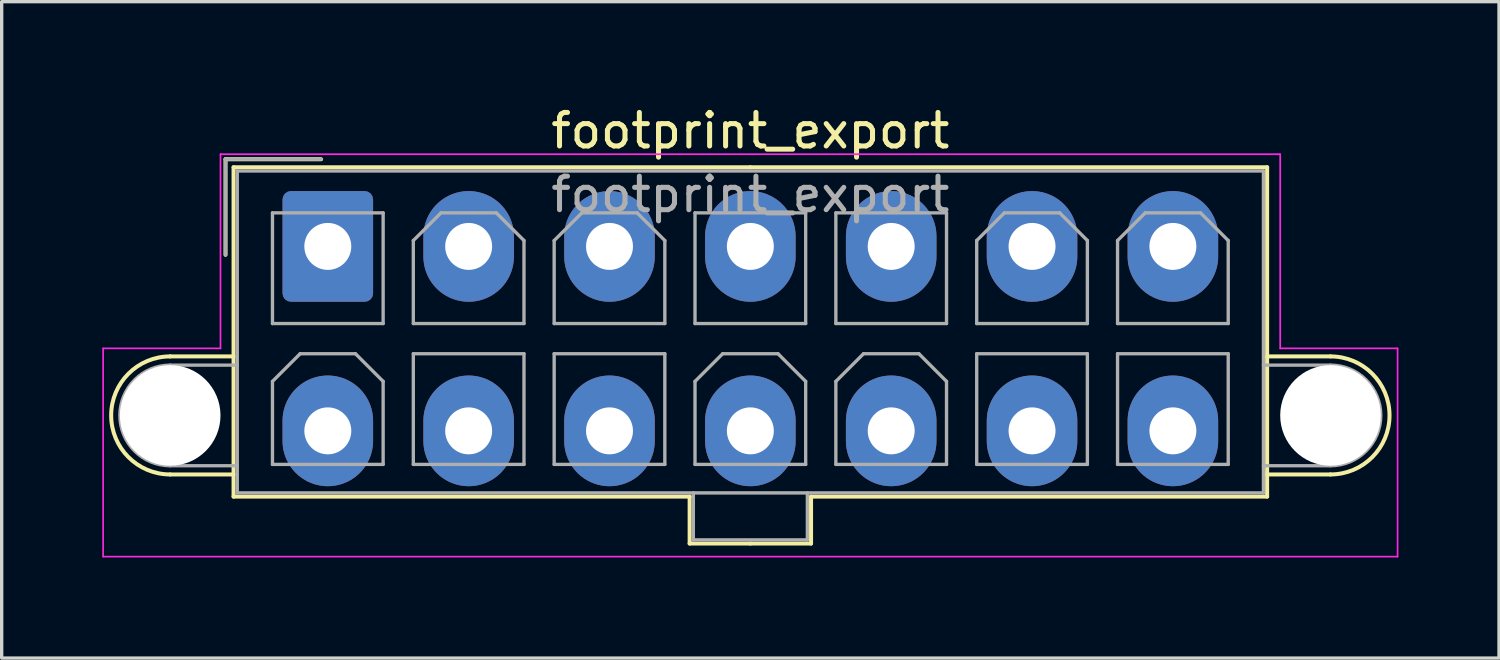
<source format=kicad_pcb>
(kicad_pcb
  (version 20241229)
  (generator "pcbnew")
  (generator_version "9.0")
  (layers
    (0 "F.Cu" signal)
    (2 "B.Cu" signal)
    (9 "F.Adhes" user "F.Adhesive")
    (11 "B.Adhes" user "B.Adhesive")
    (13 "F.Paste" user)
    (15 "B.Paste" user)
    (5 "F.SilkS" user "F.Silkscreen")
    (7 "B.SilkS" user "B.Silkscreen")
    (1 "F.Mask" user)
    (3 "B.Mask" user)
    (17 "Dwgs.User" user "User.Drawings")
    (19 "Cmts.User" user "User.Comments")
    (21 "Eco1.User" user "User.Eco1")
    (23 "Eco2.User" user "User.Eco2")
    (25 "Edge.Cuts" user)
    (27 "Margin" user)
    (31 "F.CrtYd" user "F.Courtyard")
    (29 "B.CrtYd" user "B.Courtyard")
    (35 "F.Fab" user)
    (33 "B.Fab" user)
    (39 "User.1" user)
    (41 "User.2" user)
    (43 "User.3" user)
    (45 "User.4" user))
  (footprint "footprint_export"
    (layer "F.Cu")
    (at 6.725 4.298)
    (property "Reference" "footprint_export" (at 12.6 -3.45 0) (layer "F.SilkS") (effects (font (size 1 1) (thickness 0.15))))
    (attr through_hole)
    (fp_line (start -4.7 3.28) (end -2.81 3.28) (stroke (width 0.12) (type solid)) (layer "F.SilkS"))
    (fp_line (start -4.7 6.8) (end -2.81 6.8) (stroke (width 0.12) (type solid)) (layer "F.SilkS"))
    (fp_line (start -3.05 -2.6) (end -3.05 0.25) (stroke (width 0.12) (type solid)) (layer "F.SilkS"))
    (fp_line (start -2.81 -2.36) (end -2.81 7.46) (stroke (width 0.12) (type solid)) (layer "F.SilkS"))
    (fp_line (start -2.81 7.46) (end 10.79 7.46) (stroke (width 0.12) (type solid)) (layer "F.SilkS"))
    (fp_line (start -0.2 -2.6) (end -3.05 -2.6) (stroke (width 0.12) (type solid)) (layer "F.SilkS"))
    (fp_line (start 10.79 7.46) (end 10.79 8.86) (stroke (width 0.12) (type solid)) (layer "F.SilkS"))
    (fp_line (start 10.79 8.86) (end 12.6 8.86) (stroke (width 0.12) (type solid)) (layer "F.SilkS"))
    (fp_line (start 12.6 -2.36) (end -2.81 -2.36) (stroke (width 0.12) (type solid)) (layer "F.SilkS"))
    (fp_line (start 12.6 -2.36) (end 28.01 -2.36) (stroke (width 0.12) (type solid)) (layer "F.SilkS"))
    (fp_line (start 14.41 7.46) (end 14.41 8.86) (stroke (width 0.12) (type solid)) (layer "F.SilkS"))
    (fp_line (start 14.41 8.86) (end 12.6 8.86) (stroke (width 0.12) (type solid)) (layer "F.SilkS"))
    (fp_line (start 28.01 -2.36) (end 28.01 7.46) (stroke (width 0.12) (type solid)) (layer "F.SilkS"))
    (fp_line (start 28.01 7.46) (end 14.41 7.46) (stroke (width 0.12) (type solid)) (layer "F.SilkS"))
    (fp_line (start 29.9 3.28) (end 28.01 3.28) (stroke (width 0.12) (type solid)) (layer "F.SilkS"))
    (fp_line (start 29.9 6.8) (end 28.01 6.8) (stroke (width 0.12) (type solid)) (layer "F.SilkS"))
    (fp_arc (start -4.7 6.8) (mid -6.46 5.04) (end -4.7 3.28) (stroke (width 0.12) (type solid)) (layer "F.SilkS"))
    (fp_arc (start 29.9 3.28) (mid 31.66 5.04) (end 29.9 6.8) (stroke (width 0.12) (type solid)) (layer "F.SilkS"))
    (fp_line (start -6.7 3.04) (end -6.7 9.25) (stroke (width 0.05) (type solid)) (layer "F.CrtYd"))
    (fp_line (start -6.7 9.25) (end 31.9 9.25) (stroke (width 0.05) (type solid)) (layer "F.CrtYd"))
    (fp_line (start -3.2 -2.75) (end -3.2 3.04) (stroke (width 0.05) (type solid)) (layer "F.CrtYd"))
    (fp_line (start -3.2 3.04) (end -6.7 3.04) (stroke (width 0.05) (type solid)) (layer "F.CrtYd"))
    (fp_line (start 28.4 -2.75) (end -3.2 -2.75) (stroke (width 0.05) (type solid)) (layer "F.CrtYd"))
    (fp_line (start 28.4 3.04) (end 28.4 -2.75) (stroke (width 0.05) (type solid)) (layer "F.CrtYd"))
    (fp_line (start 31.9 3.04) (end 28.4 3.04) (stroke (width 0.05) (type solid)) (layer "F.CrtYd"))
    (fp_line (start 31.9 9.25) (end 31.9 3.04) (stroke (width 0.05) (type solid)) (layer "F.CrtYd"))
    (fp_line (start -4.7 3.54) (end -2.7 3.54) (stroke (width 0.1) (type solid)) (layer "F.Fab"))
    (fp_line (start -4.7 6.54) (end -2.7 6.54) (stroke (width 0.1) (type solid)) (layer "F.Fab"))
    (fp_line (start -3.05 -2.6) (end -3.05 0.25) (stroke (width 0.1) (type solid)) (layer "F.Fab"))
    (fp_line (start -2.7 -2.25) (end -2.7 7.35) (stroke (width 0.1) (type solid)) (layer "F.Fab"))
    (fp_line (start -2.7 7.35) (end 27.9 7.35) (stroke (width 0.1) (type solid)) (layer "F.Fab"))
    (fp_line (start -1.65 -1) (end -1.65 2.3) (stroke (width 0.1) (type solid)) (layer "F.Fab"))
    (fp_line (start -1.65 2.3) (end 1.65 2.3) (stroke (width 0.1) (type solid)) (layer "F.Fab"))
    (fp_line (start -1.65 4.025) (end -0.825 3.2) (stroke (width 0.1) (type solid)) (layer "F.Fab"))
    (fp_line (start -1.65 6.5) (end -1.65 4.025) (stroke (width 0.1) (type solid)) (layer "F.Fab"))
    (fp_line (start -0.825 3.2) (end 0.825 3.2) (stroke (width 0.1) (type solid)) (layer "F.Fab"))
    (fp_line (start -0.2 -2.6) (end -3.05 -2.6) (stroke (width 0.1) (type solid)) (layer "F.Fab"))
    (fp_line (start 0.825 3.2) (end 1.65 4.025) (stroke (width 0.1) (type solid)) (layer "F.Fab"))
    (fp_line (start 1.65 -1) (end -1.65 -1) (stroke (width 0.1) (type solid)) (layer "F.Fab"))
    (fp_line (start 1.65 2.3) (end 1.65 -1) (stroke (width 0.1) (type solid)) (layer "F.Fab"))
    (fp_line (start 1.65 4.025) (end 1.65 6.5) (stroke (width 0.1) (type solid)) (layer "F.Fab"))
    (fp_line (start 1.65 6.5) (end -1.65 6.5) (stroke (width 0.1) (type solid)) (layer "F.Fab"))
    (fp_line (start 2.55 -0.175) (end 3.375 -1) (stroke (width 0.1) (type solid)) (layer "F.Fab"))
    (fp_line (start 2.55 2.3) (end 2.55 -0.175) (stroke (width 0.1) (type solid)) (layer "F.Fab"))
    (fp_line (start 2.55 3.2) (end 2.55 6.5) (stroke (width 0.1) (type solid)) (layer "F.Fab"))
    (fp_line (start 2.55 6.5) (end 5.85 6.5) (stroke (width 0.1) (type solid)) (layer "F.Fab"))
    (fp_line (start 3.375 -1) (end 5.025 -1) (stroke (width 0.1) (type solid)) (layer "F.Fab"))
    (fp_line (start 5.025 -1) (end 5.85 -0.175) (stroke (width 0.1) (type solid)) (layer "F.Fab"))
    (fp_line (start 5.85 -0.175) (end 5.85 2.3) (stroke (width 0.1) (type solid)) (layer "F.Fab"))
    (fp_line (start 5.85 2.3) (end 2.55 2.3) (stroke (width 0.1) (type solid)) (layer "F.Fab"))
    (fp_line (start 5.85 3.2) (end 2.55 3.2) (stroke (width 0.1) (type solid)) (layer "F.Fab"))
    (fp_line (start 5.85 6.5) (end 5.85 3.2) (stroke (width 0.1) (type solid)) (layer "F.Fab"))
    (fp_line (start 6.75 -0.175) (end 7.575 -1) (stroke (width 0.1) (type solid)) (layer "F.Fab"))
    (fp_line (start 6.75 2.3) (end 6.75 -0.175) (stroke (width 0.1) (type solid)) (layer "F.Fab"))
    (fp_line (start 6.75 3.2) (end 6.75 6.5) (stroke (width 0.1) (type solid)) (layer "F.Fab"))
    (fp_line (start 6.75 6.5) (end 10.05 6.5) (stroke (width 0.1) (type solid)) (layer "F.Fab"))
    (fp_line (start 7.575 -1) (end 9.225 -1) (stroke (width 0.1) (type solid)) (layer "F.Fab"))
    (fp_line (start 9.225 -1) (end 10.05 -0.175) (stroke (width 0.1) (type solid)) (layer "F.Fab"))
    (fp_line (start 10.05 -0.175) (end 10.05 2.3) (stroke (width 0.1) (type solid)) (layer "F.Fab"))
    (fp_line (start 10.05 2.3) (end 6.75 2.3) (stroke (width 0.1) (type solid)) (layer "F.Fab"))
    (fp_line (start 10.05 3.2) (end 6.75 3.2) (stroke (width 0.1) (type solid)) (layer "F.Fab"))
    (fp_line (start 10.05 6.5) (end 10.05 3.2) (stroke (width 0.1) (type solid)) (layer "F.Fab"))
    (fp_line (start 10.9 7.35) (end 10.9 8.75) (stroke (width 0.1) (type solid)) (layer "F.Fab"))
    (fp_line (start 10.9 8.75) (end 14.3 8.75) (stroke (width 0.1) (type solid)) (layer "F.Fab"))
    (fp_line (start 10.95 -1) (end 10.95 2.3) (stroke (width 0.1) (type solid)) (layer "F.Fab"))
    (fp_line (start 10.95 2.3) (end 14.25 2.3) (stroke (width 0.1) (type solid)) (layer "F.Fab"))
    (fp_line (start 10.95 4.025) (end 11.775 3.2) (stroke (width 0.1) (type solid)) (layer "F.Fab"))
    (fp_line (start 10.95 6.5) (end 10.95 4.025) (stroke (width 0.1) (type solid)) (layer "F.Fab"))
    (fp_line (start 11.775 3.2) (end 13.425 3.2) (stroke (width 0.1) (type solid)) (layer "F.Fab"))
    (fp_line (start 13.425 3.2) (end 14.25 4.025) (stroke (width 0.1) (type solid)) (layer "F.Fab"))
    (fp_line (start 14.25 -1) (end 10.95 -1) (stroke (width 0.1) (type solid)) (layer "F.Fab"))
    (fp_line (start 14.25 2.3) (end 14.25 -1) (stroke (width 0.1) (type solid)) (layer "F.Fab"))
    (fp_line (start 14.25 4.025) (end 14.25 6.5) (stroke (width 0.1) (type solid)) (layer "F.Fab"))
    (fp_line (start 14.25 6.5) (end 10.95 6.5) (stroke (width 0.1) (type solid)) (layer "F.Fab"))
    (fp_line (start 14.3 8.75) (end 14.3 7.35) (stroke (width 0.1) (type solid)) (layer "F.Fab"))
    (fp_line (start 15.15 -1) (end 15.15 2.3) (stroke (width 0.1) (type solid)) (layer "F.Fab"))
    (fp_line (start 15.15 2.3) (end 18.45 2.3) (stroke (width 0.1) (type solid)) (layer "F.Fab"))
    (fp_line (start 15.15 4.025) (end 15.975 3.2) (stroke (width 0.1) (type solid)) (layer "F.Fab"))
    (fp_line (start 15.15 6.5) (end 15.15 4.025) (stroke (width 0.1) (type solid)) (layer "F.Fab"))
    (fp_line (start 15.975 3.2) (end 17.625 3.2) (stroke (width 0.1) (type solid)) (layer "F.Fab"))
    (fp_line (start 17.625 3.2) (end 18.45 4.025) (stroke (width 0.1) (type solid)) (layer "F.Fab"))
    (fp_line (start 18.45 -1) (end 15.15 -1) (stroke (width 0.1) (type solid)) (layer "F.Fab"))
    (fp_line (start 18.45 2.3) (end 18.45 -1) (stroke (width 0.1) (type solid)) (layer "F.Fab"))
    (fp_line (start 18.45 4.025) (end 18.45 6.5) (stroke (width 0.1) (type solid)) (layer "F.Fab"))
    (fp_line (start 18.45 6.5) (end 15.15 6.5) (stroke (width 0.1) (type solid)) (layer "F.Fab"))
    (fp_line (start 19.35 -0.175) (end 20.175 -1) (stroke (width 0.1) (type solid)) (layer "F.Fab"))
    (fp_line (start 19.35 2.3) (end 19.35 -0.175) (stroke (width 0.1) (type solid)) (layer "F.Fab"))
    (fp_line (start 19.35 3.2) (end 19.35 6.5) (stroke (width 0.1) (type solid)) (layer "F.Fab"))
    (fp_line (start 19.35 6.5) (end 22.65 6.5) (stroke (width 0.1) (type solid)) (layer "F.Fab"))
    (fp_line (start 20.175 -1) (end 21.825 -1) (stroke (width 0.1) (type solid)) (layer "F.Fab"))
    (fp_line (start 21.825 -1) (end 22.65 -0.175) (stroke (width 0.1) (type solid)) (layer "F.Fab"))
    (fp_line (start 22.65 -0.175) (end 22.65 2.3) (stroke (width 0.1) (type solid)) (layer "F.Fab"))
    (fp_line (start 22.65 2.3) (end 19.35 2.3) (stroke (width 0.1) (type solid)) (layer "F.Fab"))
    (fp_line (start 22.65 3.2) (end 19.35 3.2) (stroke (width 0.1) (type solid)) (layer "F.Fab"))
    (fp_line (start 22.65 6.5) (end 22.65 3.2) (stroke (width 0.1) (type solid)) (layer "F.Fab"))
    (fp_line (start 23.55 -0.175) (end 24.375 -1) (stroke (width 0.1) (type solid)) (layer "F.Fab"))
    (fp_line (start 23.55 2.3) (end 23.55 -0.175) (stroke (width 0.1) (type solid)) (layer "F.Fab"))
    (fp_line (start 23.55 3.2) (end 23.55 6.5) (stroke (width 0.1) (type solid)) (layer "F.Fab"))
    (fp_line (start 23.55 6.5) (end 26.85 6.5) (stroke (width 0.1) (type solid)) (layer "F.Fab"))
    (fp_line (start 24.375 -1) (end 26.025 -1) (stroke (width 0.1) (type solid)) (layer "F.Fab"))
    (fp_line (start 26.025 -1) (end 26.85 -0.175) (stroke (width 0.1) (type solid)) (layer "F.Fab"))
    (fp_line (start 26.85 -0.175) (end 26.85 2.3) (stroke (width 0.1) (type solid)) (layer "F.Fab"))
    (fp_line (start 26.85 2.3) (end 23.55 2.3) (stroke (width 0.1) (type solid)) (layer "F.Fab"))
    (fp_line (start 26.85 3.2) (end 23.55 3.2) (stroke (width 0.1) (type solid)) (layer "F.Fab"))
    (fp_line (start 26.85 6.5) (end 26.85 3.2) (stroke (width 0.1) (type solid)) (layer "F.Fab"))
    (fp_line (start 27.9 -2.25) (end -2.7 -2.25) (stroke (width 0.1) (type solid)) (layer "F.Fab"))
    (fp_line (start 27.9 7.35) (end 27.9 -2.25) (stroke (width 0.1) (type solid)) (layer "F.Fab"))
    (fp_line (start 29.9 3.54) (end 27.9 3.54) (stroke (width 0.1) (type solid)) (layer "F.Fab"))
    (fp_line (start 29.9 6.54) (end 27.9 6.54) (stroke (width 0.1) (type solid)) (layer "F.Fab"))
    (fp_arc (start -4.7 6.54) (mid -6.2 5.04) (end -4.7 3.54) (stroke (width 0.1) (type solid)) (layer "F.Fab"))
    (fp_arc (start 29.9 3.54) (mid 31.4 5.04) (end 29.9 6.54) (stroke (width 0.1) (type solid)) (layer "F.Fab"))
    (fp_text user "${REFERENCE}" (at 12.6 -1.55 0) (layer "F.Fab") (effects (font (size 1 1) (thickness 0.15))))
    (pad "" np_thru_hole circle (at -4.7 5.04) (size 3 3) (drill 3) (layers "*.Cu" "*.Mask"))
    (pad "" np_thru_hole circle (at 29.9 5.04) (size 3 3) (drill 3) (layers "*.Cu" "*.Mask"))
    (pad "1" thru_hole roundrect (at 0 0) (size 2.7 3.3) (drill 1.4) (layers "*.Cu" "*.Mask") (roundrect_rratio 0.093))
    (pad "2" thru_hole oval (at 4.2 0) (size 2.7 3.3) (drill 1.4) (layers "*.Cu" "*.Mask"))
    (pad "3" thru_hole oval (at 8.4 0) (size 2.7 3.3) (drill 1.4) (layers "*.Cu" "*.Mask"))
    (pad "4" thru_hole oval (at 12.6 0) (size 2.7 3.3) (drill 1.4) (layers "*.Cu" "*.Mask"))
    (pad "5" thru_hole oval (at 16.8 0) (size 2.7 3.3) (drill 1.4) (layers "*.Cu" "*.Mask"))
    (pad "6" thru_hole oval (at 21 0) (size 2.7 3.3) (drill 1.4) (layers "*.Cu" "*.Mask"))
    (pad "7" thru_hole oval (at 25.2 0) (size 2.7 3.3) (drill 1.4) (layers "*.Cu" "*.Mask"))
    (pad "8" thru_hole oval (at 0 5.5) (size 2.7 3.3) (drill 1.4) (layers "*.Cu" "*.Mask"))
    (pad "9" thru_hole oval (at 4.2 5.5) (size 2.7 3.3) (drill 1.4) (layers "*.Cu" "*.Mask"))
    (pad "10" thru_hole oval (at 8.4 5.5) (size 2.7 3.3) (drill 1.4) (layers "*.Cu" "*.Mask"))
    (pad "11" thru_hole oval (at 12.6 5.5) (size 2.7 3.3) (drill 1.4) (layers "*.Cu" "*.Mask"))
    (pad "12" thru_hole oval (at 16.8 5.5) (size 2.7 3.3) (drill 1.4) (layers "*.Cu" "*.Mask"))
    (pad "13" thru_hole oval (at 21 5.5) (size 2.7 3.3) (drill 1.4) (layers "*.Cu" "*.Mask"))
    (pad "14" thru_hole oval (at 25.2 5.5) (size 2.7 3.3) (drill 1.4) (layers "*.Cu" "*.Mask")))
  (gr_rect
    (start -3 -3)
    (end 41.65 16.573)
    (stroke (width 0.1) (type default))
    (fill no)
    (layer "Edge.Cuts")))
</source>
